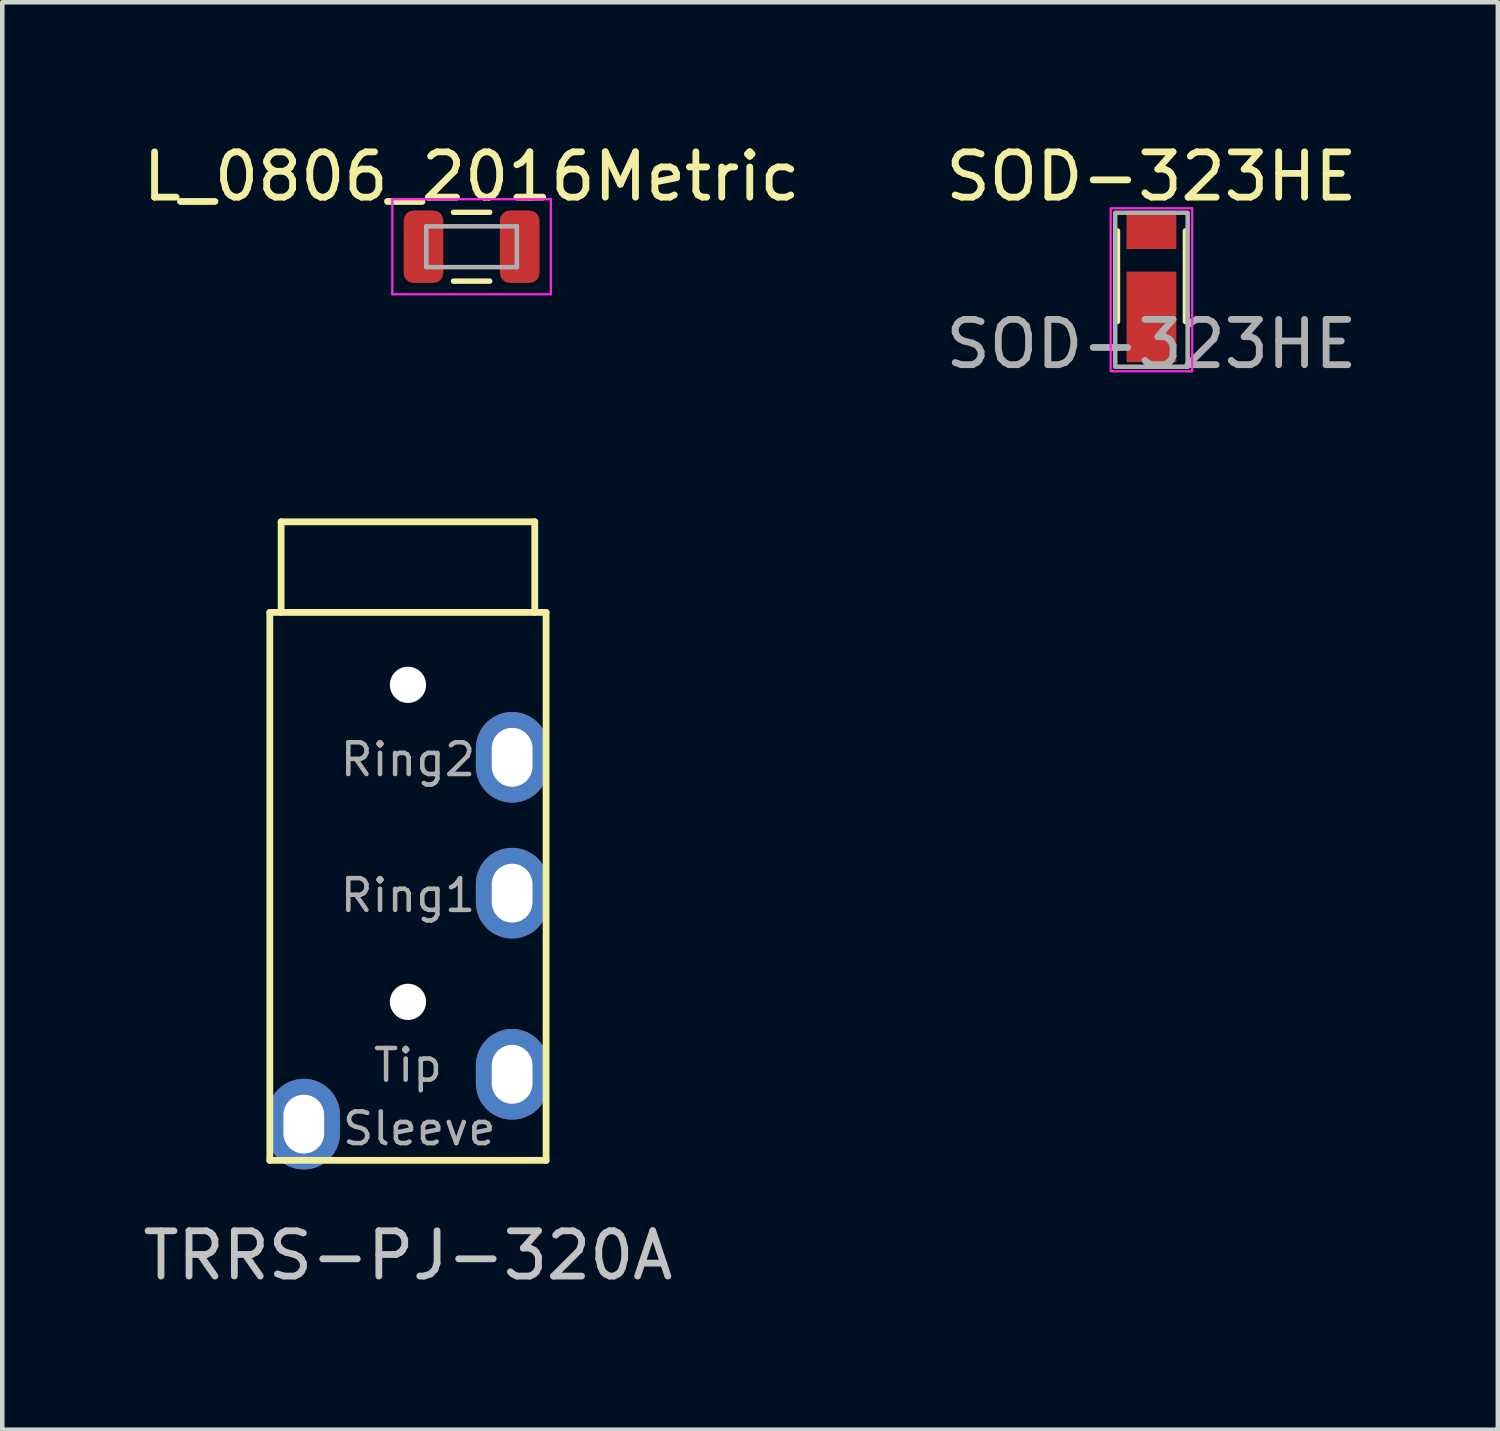
<source format=kicad_pcb>
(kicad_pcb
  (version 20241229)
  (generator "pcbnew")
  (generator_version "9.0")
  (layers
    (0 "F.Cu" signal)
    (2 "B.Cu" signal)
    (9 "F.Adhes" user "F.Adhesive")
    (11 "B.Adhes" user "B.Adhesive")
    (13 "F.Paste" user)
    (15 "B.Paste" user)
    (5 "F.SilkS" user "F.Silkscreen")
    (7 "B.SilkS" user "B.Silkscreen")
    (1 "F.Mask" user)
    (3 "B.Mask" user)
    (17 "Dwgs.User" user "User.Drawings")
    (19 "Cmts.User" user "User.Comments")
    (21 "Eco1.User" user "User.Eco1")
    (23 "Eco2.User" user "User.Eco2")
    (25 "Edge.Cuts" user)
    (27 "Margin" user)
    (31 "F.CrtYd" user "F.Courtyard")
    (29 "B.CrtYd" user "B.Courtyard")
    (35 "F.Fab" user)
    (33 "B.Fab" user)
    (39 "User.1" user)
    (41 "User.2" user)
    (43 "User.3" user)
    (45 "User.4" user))
  (footprint "L_0806_2016Metric"
    (layer "F.Cu")
    (at 7.363 2.398)
    (property "Reference" "L_0806_2016Metric" (at 0 -1.55 0) (layer "F.SilkS") (effects (font (size 1 1) (thickness 0.15))))
    (attr smd)
    (fp_line (start -0.4 -0.76) (end 0.4 -0.76) (stroke (width 0.12) (type solid)) (layer "F.SilkS"))
    (fp_line (start -0.4 0.76) (end 0.4 0.76) (stroke (width 0.12) (type solid)) (layer "F.SilkS"))
    (fp_line (start -1.75 -1.05) (end 1.75 -1.05) (stroke (width 0.05) (type solid)) (layer "F.CrtYd"))
    (fp_line (start -1.75 1.05) (end -1.75 -1.05) (stroke (width 0.05) (type solid)) (layer "F.CrtYd"))
    (fp_line (start 1.75 -1.05) (end 1.75 1.05) (stroke (width 0.05) (type solid)) (layer "F.CrtYd"))
    (fp_line (start 1.75 1.05) (end -1.75 1.05) (stroke (width 0.05) (type solid)) (layer "F.CrtYd"))
    (fp_line (start -1 -0.45) (end 1 -0.45) (stroke (width 0.1) (type solid)) (layer "F.Fab"))
    (fp_line (start -1 0.45) (end -1 -0.45) (stroke (width 0.1) (type solid)) (layer "F.Fab"))
    (fp_line (start 1 -0.45) (end 1 0.45) (stroke (width 0.1) (type solid)) (layer "F.Fab"))
    (fp_line (start 1 0.45) (end -1 0.45) (stroke (width 0.1) (type solid)) (layer "F.Fab"))
    (pad "1" smd roundrect (at -1.062 0) (size 0.875 1.6) (layers "F.Cu" "F.Mask" "F.Paste") (roundrect_rratio 0.25))
    (pad "2" smd roundrect (at 1.062 0) (size 0.875 1.6) (layers "F.Cu" "F.Mask" "F.Paste") (roundrect_rratio 0.25)))
  (footprint "TRRS-PJ-320A"
    (layer "F.Cu")
    (at 5.958 10.472)
    (property "Reference" "TRRS-PJ-320A" (at 0 14.2 0) (layer "Dwgs.User") (effects (font (size 1 1) (thickness 0.15))))
    (attr through_hole)
    (fp_line (start -3.05 0) (end -3.05 12.1) (stroke (width 0.15) (type solid)) (layer "F.SilkS"))
    (fp_line (start -2.8 0) (end -2.8 -2) (stroke (width 0.15) (type solid)) (layer "F.SilkS"))
    (fp_line (start 2.8 -2) (end -2.8 -2) (stroke (width 0.15) (type solid)) (layer "F.SilkS"))
    (fp_line (start 2.8 0) (end 2.8 -2) (stroke (width 0.15) (type solid)) (layer "F.SilkS"))
    (fp_line (start 3.05 0) (end -3.05 0) (stroke (width 0.15) (type solid)) (layer "F.SilkS"))
    (fp_line (start 3.05 0) (end 3.05 12.1) (stroke (width 0.15) (type solid)) (layer "F.SilkS"))
    (fp_line (start 3.05 12.1) (end -3.05 12.1) (stroke (width 0.15) (type solid)) (layer "F.SilkS"))
    (fp_text user "Ring2" (at 0 3.25 0) (layer "F.Fab") (effects (font (size 0.7 0.7) (thickness 0.1))))
    (fp_text user "Sleeve" (at 0.25 11.4 0) (layer "F.Fab") (effects (font (size 0.7 0.7) (thickness 0.1))))
    (fp_text user "Tip" (at 0 10 0) (layer "F.Fab") (effects (font (size 0.7 0.7) (thickness 0.1))))
    (fp_text user "Ring1" (at 0 6.25 0) (layer "F.Fab") (effects (font (size 0.7 0.7) (thickness 0.1))))
    (pad "" np_thru_hole circle (at 0 1.6) (size 0.8 0.8) (drill 0.8) (layers "*.Cu" "*.Mask"))
    (pad "" np_thru_hole circle (at 0 8.6) (size 0.8 0.8) (drill 0.8) (layers "*.Cu" "*.Mask"))
    (pad "G" thru_hole oval (at -2.3 11.3) (size 1.6 2) (drill oval 0.9 1.3) (layers "*.Cu" "*.Mask"))
    (pad "R" thru_hole oval (at 2.3 6.2) (size 1.6 2) (drill oval 0.9 1.3) (layers "*.Cu" "*.Mask"))
    (pad "S" thru_hole oval (at 2.3 3.2) (size 1.6 2) (drill oval 0.9 1.3) (layers "*.Cu" "*.Mask"))
    (pad "T" thru_hole oval (at 2.3 10.2) (size 1.6 2) (drill oval 0.9 1.3) (layers "*.Cu" "*.Mask")))
  (footprint "SOD-323HE"
    (layer "F.Cu")
    (at 22.375 2.048)
    (property "Reference" "SOD-323HE" (at 0 -1.2 0) (unlocked yes) (layer "F.SilkS") (effects (font (size 1 1) (thickness 0.15))))
    (attr smd)
    (fp_line (start -0.75 0) (end -0.75 2) (stroke (width 0.12) (type default)) (layer "F.SilkS"))
    (fp_line (start 0.75 0) (end 0.75 2) (stroke (width 0.12) (type default)) (layer "F.SilkS"))
    (fp_rect (start -0.9 -0.5) (end 0.9 3.1) (stroke (width 0.05) (type default)) (fill no) (layer "F.CrtYd"))
    (fp_rect (start -0.8 -0.4) (end 0.8 3) (stroke (width 0.1) (type default)) (fill no) (layer "F.Fab"))
    (fp_text user "${REFERENCE}" (at 0 2.5 0) (unlocked yes) (layer "F.Fab") (effects (font (size 1 1) (thickness 0.15))))
    (pad "1" smd rect (at 0 0) (size 1.1 0.8) (layers "F.Cu" "F.Mask" "F.Paste"))
    (pad "2" smd rect (at 0 1.9) (size 1.1 2) (layers "F.Cu" "F.Mask" "F.Paste")))
  (gr_rect
    (start -3 -3)
    (end 30.024 28.52)
    (stroke (width 0.1) (type default))
    (fill no)
    (layer "Edge.Cuts")))
</source>
